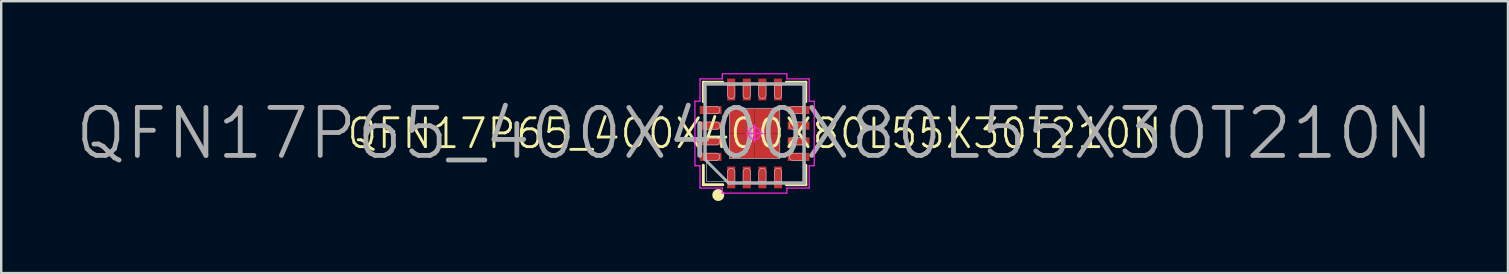
<source format=kicad_pcb>
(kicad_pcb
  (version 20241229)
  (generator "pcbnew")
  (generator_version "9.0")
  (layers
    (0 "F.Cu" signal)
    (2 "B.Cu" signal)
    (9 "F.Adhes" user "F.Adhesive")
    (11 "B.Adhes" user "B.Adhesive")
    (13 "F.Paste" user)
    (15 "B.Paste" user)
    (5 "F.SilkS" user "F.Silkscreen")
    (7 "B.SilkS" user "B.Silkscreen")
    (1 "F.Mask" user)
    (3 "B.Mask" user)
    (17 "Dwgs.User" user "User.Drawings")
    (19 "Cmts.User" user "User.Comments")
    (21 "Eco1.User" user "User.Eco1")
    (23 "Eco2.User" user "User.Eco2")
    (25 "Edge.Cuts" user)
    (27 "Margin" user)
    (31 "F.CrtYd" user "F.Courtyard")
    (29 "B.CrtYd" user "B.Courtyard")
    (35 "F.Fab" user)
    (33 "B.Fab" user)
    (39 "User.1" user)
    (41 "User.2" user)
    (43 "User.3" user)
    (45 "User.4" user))
  (footprint "QFN17P65_400X400X80L55X30T210N"
    (layer "F.Cu")
    (at 28.386 2.51)
    (property "Reference" "QFN17P65_400X400X80L55X30T210N" (at 0 0 0) (layer "F.SilkS") (effects (font (size 1.2 1.2) (thickness 0.12))))
    (attr smd)
    (fp_line (start -2.135 -2.135) (end -2.135 -1.324) (stroke (width 0.12) (type solid)) (layer "F.SilkS"))
    (fp_line (start -2.135 2.135) (end -2.135 1.324) (stroke (width 0.12) (type solid)) (layer "F.SilkS"))
    (fp_line (start -1.324 -2.135) (end -2.135 -2.135) (stroke (width 0.12) (type solid)) (layer "F.SilkS"))
    (fp_line (start -1.324 2.135) (end -2.135 2.135) (stroke (width 0.12) (type solid)) (layer "F.SilkS"))
    (fp_line (start 1.324 -2.135) (end 2.135 -2.135) (stroke (width 0.12) (type solid)) (layer "F.SilkS"))
    (fp_line (start 1.324 2.135) (end 2.135 2.135) (stroke (width 0.12) (type solid)) (layer "F.SilkS"))
    (fp_line (start 2.135 -2.135) (end 2.135 -1.324) (stroke (width 0.12) (type solid)) (layer "F.SilkS"))
    (fp_line (start 2.135 2.135) (end 2.135 1.324) (stroke (width 0.12) (type solid)) (layer "F.SilkS"))
    (fp_circle (center -1.514 2.565) (end -1.514 2.69) (stroke (width 0.25) (type solid)) (fill no) (layer "F.SilkS"))
    (fp_line (start -2 -2) (end 2 -2) (stroke (width 0.025) (type solid)) (layer "Dwgs.User"))
    (fp_line (start -2 -1.127) (end -2 -0.822) (stroke (width 0.025) (type solid)) (layer "Dwgs.User"))
    (fp_line (start -2 -0.822) (end -1.602 -0.822) (stroke (width 0.025) (type solid)) (layer "Dwgs.User"))
    (fp_line (start -2 -0.477) (end -2 -0.172) (stroke (width 0.025) (type solid)) (layer "Dwgs.User"))
    (fp_line (start -2 -0.172) (end -1.602 -0.172) (stroke (width 0.025) (type solid)) (layer "Dwgs.User"))
    (fp_line (start -2 0.172) (end -2 0.477) (stroke (width 0.025) (type solid)) (layer "Dwgs.User"))
    (fp_line (start -2 0.477) (end -1.602 0.477) (stroke (width 0.025) (type solid)) (layer "Dwgs.User"))
    (fp_line (start -2 0.822) (end -2 1.127) (stroke (width 0.025) (type solid)) (layer "Dwgs.User"))
    (fp_line (start -2 1.127) (end -1.602 1.127) (stroke (width 0.025) (type solid)) (layer "Dwgs.User"))
    (fp_line (start -2 2) (end -2 -2) (stroke (width 0.025) (type solid)) (layer "Dwgs.User"))
    (fp_line (start -1.602 -1.127) (end -2 -1.127) (stroke (width 0.025) (type solid)) (layer "Dwgs.User"))
    (fp_line (start -1.602 -0.477) (end -2 -0.477) (stroke (width 0.025) (type solid)) (layer "Dwgs.User"))
    (fp_line (start -1.602 0.172) (end -2 0.172) (stroke (width 0.025) (type solid)) (layer "Dwgs.User"))
    (fp_line (start -1.602 0.822) (end -2 0.822) (stroke (width 0.025) (type solid)) (layer "Dwgs.User"))
    (fp_line (start -1.128 -2) (end -1.128 -1.602) (stroke (width 0.025) (type solid)) (layer "Dwgs.User"))
    (fp_line (start -1.128 1.602) (end -1.128 2) (stroke (width 0.025) (type solid)) (layer "Dwgs.User"))
    (fp_line (start -1.128 2) (end -0.823 2) (stroke (width 0.025) (type solid)) (layer "Dwgs.User"))
    (fp_line (start -1.05 -1.05) (end 1.05 -1.05) (stroke (width 0.025) (type solid)) (layer "Dwgs.User"))
    (fp_line (start -1.05 1.05) (end -1.05 -1.05) (stroke (width 0.025) (type solid)) (layer "Dwgs.User"))
    (fp_line (start -0.823 -2) (end -1.128 -2) (stroke (width 0.025) (type solid)) (layer "Dwgs.User"))
    (fp_line (start -0.823 -1.602) (end -0.823 -2) (stroke (width 0.025) (type solid)) (layer "Dwgs.User"))
    (fp_line (start -0.823 2) (end -0.823 1.602) (stroke (width 0.025) (type solid)) (layer "Dwgs.User"))
    (fp_line (start -0.478 -2) (end -0.478 -1.602) (stroke (width 0.025) (type solid)) (layer "Dwgs.User"))
    (fp_line (start -0.478 1.602) (end -0.478 2) (stroke (width 0.025) (type solid)) (layer "Dwgs.User"))
    (fp_line (start -0.478 2) (end -0.173 2) (stroke (width 0.025) (type solid)) (layer "Dwgs.User"))
    (fp_line (start -0.173 -2) (end -0.478 -2) (stroke (width 0.025) (type solid)) (layer "Dwgs.User"))
    (fp_line (start -0.173 -1.602) (end -0.173 -2) (stroke (width 0.025) (type solid)) (layer "Dwgs.User"))
    (fp_line (start -0.173 2) (end -0.173 1.602) (stroke (width 0.025) (type solid)) (layer "Dwgs.User"))
    (fp_line (start 0.172 -2) (end 0.172 -1.602) (stroke (width 0.025) (type solid)) (layer "Dwgs.User"))
    (fp_line (start 0.172 1.603) (end 0.172 2) (stroke (width 0.025) (type solid)) (layer "Dwgs.User"))
    (fp_line (start 0.172 2) (end 0.477 2) (stroke (width 0.025) (type solid)) (layer "Dwgs.User"))
    (fp_line (start 0.477 -2) (end 0.172 -2) (stroke (width 0.025) (type solid)) (layer "Dwgs.User"))
    (fp_line (start 0.477 -1.603) (end 0.477 -2) (stroke (width 0.025) (type solid)) (layer "Dwgs.User"))
    (fp_line (start 0.477 2) (end 0.477 1.602) (stroke (width 0.025) (type solid)) (layer "Dwgs.User"))
    (fp_line (start 0.822 -2) (end 0.822 -1.602) (stroke (width 0.025) (type solid)) (layer "Dwgs.User"))
    (fp_line (start 0.822 1.603) (end 0.822 2) (stroke (width 0.025) (type solid)) (layer "Dwgs.User"))
    (fp_line (start 0.822 2) (end 1.127 2) (stroke (width 0.025) (type solid)) (layer "Dwgs.User"))
    (fp_line (start 1.05 -1.05) (end 1.05 1.05) (stroke (width 0.025) (type solid)) (layer "Dwgs.User"))
    (fp_line (start 1.05 1.05) (end -1.05 1.05) (stroke (width 0.025) (type solid)) (layer "Dwgs.User"))
    (fp_line (start 1.127 -2) (end 0.822 -2) (stroke (width 0.025) (type solid)) (layer "Dwgs.User"))
    (fp_line (start 1.127 -1.603) (end 1.127 -2) (stroke (width 0.025) (type solid)) (layer "Dwgs.User"))
    (fp_line (start 1.127 2) (end 1.127 1.602) (stroke (width 0.025) (type solid)) (layer "Dwgs.User"))
    (fp_line (start 1.603 -0.823) (end 2 -0.823) (stroke (width 0.025) (type solid)) (layer "Dwgs.User"))
    (fp_line (start 1.603 -0.173) (end 2 -0.173) (stroke (width 0.025) (type solid)) (layer "Dwgs.User"))
    (fp_line (start 1.603 0.478) (end 2 0.478) (stroke (width 0.025) (type solid)) (layer "Dwgs.User"))
    (fp_line (start 1.603 1.128) (end 2 1.128) (stroke (width 0.025) (type solid)) (layer "Dwgs.User"))
    (fp_line (start 2 -2) (end 2 2) (stroke (width 0.025) (type solid)) (layer "Dwgs.User"))
    (fp_line (start 2 -1.128) (end 1.603 -1.128) (stroke (width 0.025) (type solid)) (layer "Dwgs.User"))
    (fp_line (start 2 -0.823) (end 2 -1.128) (stroke (width 0.025) (type solid)) (layer "Dwgs.User"))
    (fp_line (start 2 -0.478) (end 1.603 -0.478) (stroke (width 0.025) (type solid)) (layer "Dwgs.User"))
    (fp_line (start 2 -0.173) (end 2 -0.478) (stroke (width 0.025) (type solid)) (layer "Dwgs.User"))
    (fp_line (start 2 0.173) (end 1.603 0.173) (stroke (width 0.025) (type solid)) (layer "Dwgs.User"))
    (fp_line (start 2 0.478) (end 2 0.173) (stroke (width 0.025) (type solid)) (layer "Dwgs.User"))
    (fp_line (start 2 0.823) (end 1.603 0.823) (stroke (width 0.025) (type solid)) (layer "Dwgs.User"))
    (fp_line (start 2 1.128) (end 2 0.823) (stroke (width 0.025) (type solid)) (layer "Dwgs.User"))
    (fp_line (start 2 2) (end -2 2) (stroke (width 0.025) (type solid)) (layer "Dwgs.User"))
    (fp_arc (start -1.602 -1.1275) (mid -1.4495 -0.975) (end -1.602 -0.8225) (stroke (width 0.025) (type solid)) (layer "Dwgs.User"))
    (fp_arc (start -1.602 -0.4775) (mid -1.4495 -0.325) (end -1.602 -0.1725) (stroke (width 0.025) (type solid)) (layer "Dwgs.User"))
    (fp_arc (start -1.602 0.1725) (mid -1.4495 0.325) (end -1.602 0.4775) (stroke (width 0.025) (type solid)) (layer "Dwgs.User"))
    (fp_arc (start -1.602 0.8225) (mid -1.4495 0.975) (end -1.602 1.1275) (stroke (width 0.025) (type solid)) (layer "Dwgs.User"))
    (fp_arc (start -1.1275 1.602) (mid -0.975 1.4495) (end -0.8225 1.602) (stroke (width 0.025) (type solid)) (layer "Dwgs.User"))
    (fp_arc (start -0.8225 -1.602) (mid -0.975 -1.4495) (end -1.1275 -1.602) (stroke (width 0.025) (type solid)) (layer "Dwgs.User"))
    (fp_arc (start -0.4775 1.602) (mid -0.325 1.4495) (end -0.1725 1.602) (stroke (width 0.025) (type solid)) (layer "Dwgs.User"))
    (fp_arc (start -0.1725 -1.602) (mid -0.325 -1.4495) (end -0.4775 -1.602) (stroke (width 0.025) (type solid)) (layer "Dwgs.User"))
    (fp_arc (start 0.1725 1.602) (mid 0.325 1.4495) (end 0.4775 1.602) (stroke (width 0.025) (type solid)) (layer "Dwgs.User"))
    (fp_arc (start 0.4775 -1.602) (mid 0.325 -1.4495) (end 0.1725 -1.602) (stroke (width 0.025) (type solid)) (layer "Dwgs.User"))
    (fp_arc (start 0.8225 1.602) (mid 0.975 1.4495) (end 1.1275 1.602) (stroke (width 0.025) (type solid)) (layer "Dwgs.User"))
    (fp_arc (start 1.1275 -1.602) (mid 0.975 -1.4495) (end 0.8225 -1.602) (stroke (width 0.025) (type solid)) (layer "Dwgs.User"))
    (fp_arc (start 1.603 -0.8225) (mid 1.4505 -0.975) (end 1.603 -1.1275) (stroke (width 0.025) (type solid)) (layer "Dwgs.User"))
    (fp_arc (start 1.603 -0.1725) (mid 1.4505 -0.325) (end 1.603 -0.4775) (stroke (width 0.025) (type solid)) (layer "Dwgs.User"))
    (fp_arc (start 1.603 0.4775) (mid 1.4505 0.325) (end 1.603 0.1725) (stroke (width 0.025) (type solid)) (layer "Dwgs.User"))
    (fp_arc (start 1.603 1.1275) (mid 1.4505 0.975) (end 1.603 0.8225) (stroke (width 0.025) (type solid)) (layer "Dwgs.User"))
    (fp_line (start -2.485 -1.344) (end -2.485 1.344) (stroke (width 0.05) (type solid)) (layer "F.CrtYd"))
    (fp_line (start -2.485 1.344) (end -2.275 1.344) (stroke (width 0.05) (type solid)) (layer "F.CrtYd"))
    (fp_line (start -2.275 -2.275) (end -2.275 -1.344) (stroke (width 0.05) (type solid)) (layer "F.CrtYd"))
    (fp_line (start -2.275 -1.344) (end -2.485 -1.344) (stroke (width 0.05) (type solid)) (layer "F.CrtYd"))
    (fp_line (start -2.275 1.344) (end -2.275 2.275) (stroke (width 0.05) (type solid)) (layer "F.CrtYd"))
    (fp_line (start -2.275 2.275) (end -1.344 2.275) (stroke (width 0.05) (type solid)) (layer "F.CrtYd"))
    (fp_line (start -1.344 -2.485) (end -1.344 -2.275) (stroke (width 0.05) (type solid)) (layer "F.CrtYd"))
    (fp_line (start -1.344 -2.275) (end -2.275 -2.275) (stroke (width 0.05) (type solid)) (layer "F.CrtYd"))
    (fp_line (start -1.344 2.275) (end -1.344 2.485) (stroke (width 0.05) (type solid)) (layer "F.CrtYd"))
    (fp_line (start -1.344 2.485) (end 1.344 2.485) (stroke (width 0.05) (type solid)) (layer "F.CrtYd"))
    (fp_line (start -0.35 0) (end 0.35 0) (stroke (width 0.05) (type solid)) (layer "F.CrtYd"))
    (fp_line (start 0 -0.35) (end 0 0.35) (stroke (width 0.05) (type solid)) (layer "F.CrtYd"))
    (fp_line (start 1.344 -2.485) (end -1.344 -2.485) (stroke (width 0.05) (type solid)) (layer "F.CrtYd"))
    (fp_line (start 1.344 -2.275) (end 1.344 -2.485) (stroke (width 0.05) (type solid)) (layer "F.CrtYd"))
    (fp_line (start 1.344 2.275) (end 2.275 2.275) (stroke (width 0.05) (type solid)) (layer "F.CrtYd"))
    (fp_line (start 1.344 2.485) (end 1.344 2.275) (stroke (width 0.05) (type solid)) (layer "F.CrtYd"))
    (fp_line (start 2.275 -2.275) (end 1.344 -2.275) (stroke (width 0.05) (type solid)) (layer "F.CrtYd"))
    (fp_line (start 2.275 -1.344) (end 2.275 -2.275) (stroke (width 0.05) (type solid)) (layer "F.CrtYd"))
    (fp_line (start 2.275 1.344) (end 2.485 1.344) (stroke (width 0.05) (type solid)) (layer "F.CrtYd"))
    (fp_line (start 2.275 2.275) (end 2.275 1.344) (stroke (width 0.05) (type solid)) (layer "F.CrtYd"))
    (fp_line (start 2.485 -1.344) (end 2.275 -1.344) (stroke (width 0.05) (type solid)) (layer "F.CrtYd"))
    (fp_line (start 2.485 1.344) (end 2.485 -1.344) (stroke (width 0.05) (type solid)) (layer "F.CrtYd"))
    (fp_circle (center 0 0) (end 0 0.25) (stroke (width 0.05) (type solid)) (fill no) (layer "F.CrtYd"))
    (fp_line (start -2.075 -2.075) (end 2.075 -2.075) (stroke (width 0.12) (type solid)) (layer "F.Fab"))
    (fp_line (start -2.075 1.075) (end -2.075 -2.075) (stroke (width 0.12) (type solid)) (layer "F.Fab"))
    (fp_line (start -1.075 2.075) (end -2.075 1.075) (stroke (width 0.12) (type solid)) (layer "F.Fab"))
    (fp_line (start 2.075 -2.075) (end 2.075 2.075) (stroke (width 0.12) (type solid)) (layer "F.Fab"))
    (fp_line (start 2.075 2.075) (end -1.075 2.075) (stroke (width 0.12) (type solid)) (layer "F.Fab"))
    (fp_text user "${REFERENCE}" (at 0 0 0) (layer "F.Fab") (effects (font (size 2 2) (thickness 0.2))))
    (pad "" smd rect (at -0.525 -0.525 90) (size 0.814 0.814) (layers "F.Paste"))
    (pad "" smd rect (at -0.525 0.525 90) (size 0.814 0.814) (layers "F.Paste"))
    (pad "" smd rect (at 0.525 -0.525 90) (size 0.814 0.814) (layers "F.Paste"))
    (pad "" smd rect (at 0.525 0.525 90) (size 0.814 0.814) (layers "F.Paste"))
    (pad "1" smd rect (at -0.975 1.832 90) (size 0.906 0.337) (layers "F.Cu" "F.Mask" "F.Paste"))
    (pad "2" smd rect (at -0.325 1.832 90) (size 0.906 0.337) (layers "F.Cu" "F.Mask" "F.Paste"))
    (pad "3" smd rect (at 0.325 1.832 90) (size 0.906 0.337) (layers "F.Cu" "F.Mask" "F.Paste"))
    (pad "4" smd rect (at 0.975 1.832 90) (size 0.906 0.337) (layers "F.Cu" "F.Mask" "F.Paste"))
    (pad "5" smd rect (at 1.832 0.975) (size 0.906 0.337) (layers "F.Cu" "F.Mask" "F.Paste"))
    (pad "6" smd rect (at 1.832 0.325) (size 0.906 0.337) (layers "F.Cu" "F.Mask" "F.Paste"))
    (pad "7" smd rect (at 1.832 -0.325) (size 0.906 0.337) (layers "F.Cu" "F.Mask" "F.Paste"))
    (pad "8" smd rect (at 1.832 -0.975) (size 0.906 0.337) (layers "F.Cu" "F.Mask" "F.Paste"))
    (pad "9" smd rect (at 0.975 -1.832 90) (size 0.906 0.337) (layers "F.Cu" "F.Mask" "F.Paste"))
    (pad "10" smd rect (at 0.325 -1.832 90) (size 0.906 0.337) (layers "F.Cu" "F.Mask" "F.Paste"))
    (pad "11" smd rect (at -0.325 -1.832 90) (size 0.906 0.337) (layers "F.Cu" "F.Mask" "F.Paste"))
    (pad "12" smd rect (at -0.975 -1.832 90) (size 0.906 0.337) (layers "F.Cu" "F.Mask" "F.Paste"))
    (pad "13" smd rect (at -1.832 -0.975) (size 0.906 0.337) (layers "F.Cu" "F.Mask" "F.Paste"))
    (pad "14" smd rect (at -1.832 -0.325) (size 0.906 0.337) (layers "F.Cu" "F.Mask" "F.Paste"))
    (pad "15" smd rect (at -1.832 0.325) (size 0.906 0.337) (layers "F.Cu" "F.Mask" "F.Paste"))
    (pad "16" smd rect (at -1.832 0.975) (size 0.906 0.337) (layers "F.Cu" "F.Mask" "F.Paste"))
    (pad "17" smd rect (at -0.525 -0.525) (size 1.05 1.05) (layers "F.Cu" "F.Mask" "F.Paste"))
    (pad "17" smd rect (at -0.525 0.525) (size 1.05 1.05) (layers "F.Cu" "F.Mask" "F.Paste"))
    (pad "17" smd rect (at 0.525 -0.525) (size 1.05 1.05) (layers "F.Cu" "F.Mask" "F.Paste"))
    (pad "17" smd rect (at 0.525 0.525) (size 1.05 1.05) (layers "F.Cu" "F.Mask" "F.Paste")))
  (gr_rect
    (start -3 -3)
    (end 59.771 8.325)
    (stroke (width 0.1) (type default))
    (fill no)
    (layer "Edge.Cuts")))
</source>
